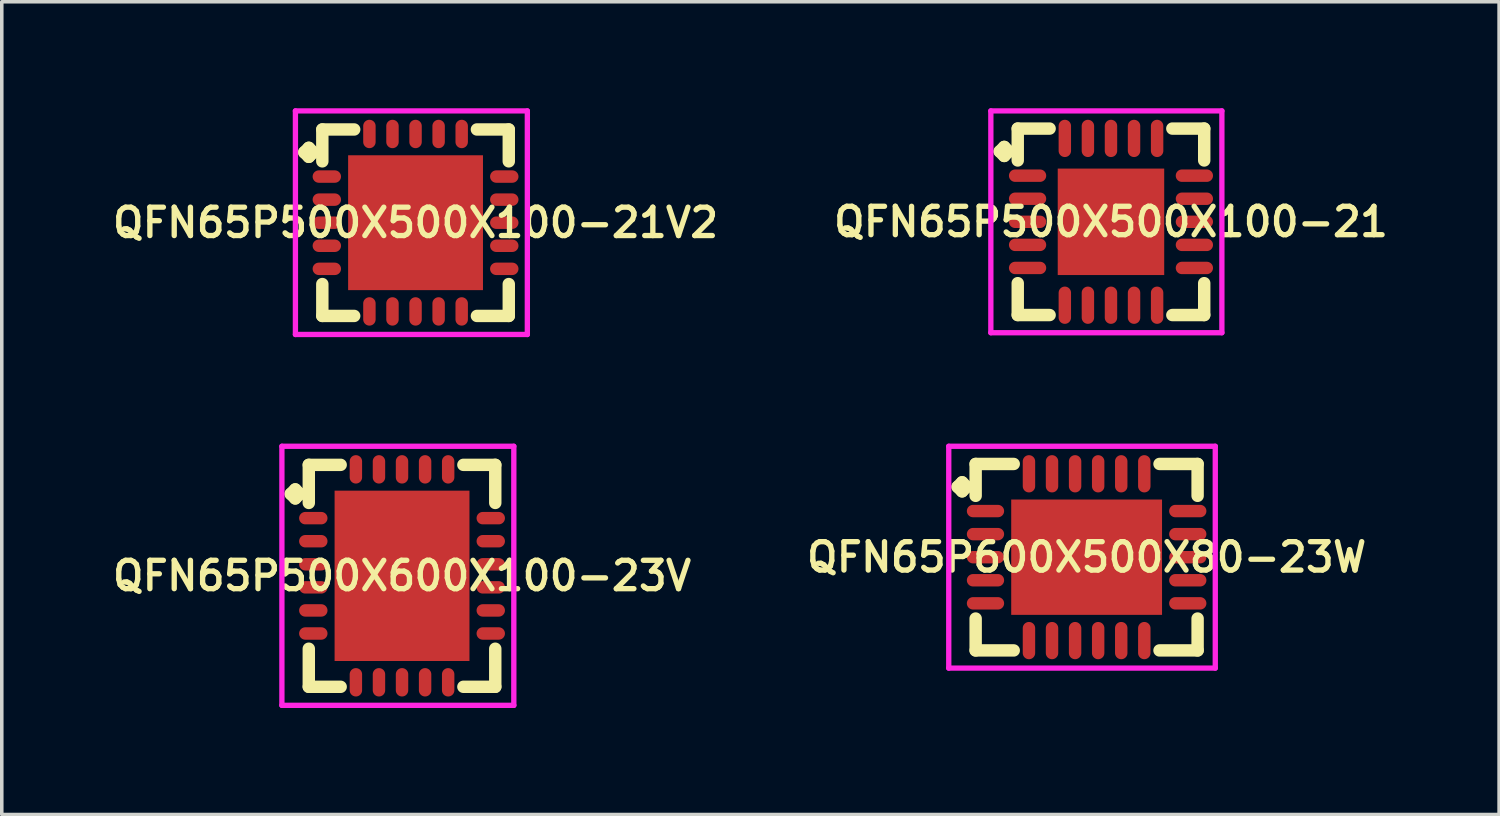
<source format=kicad_pcb>
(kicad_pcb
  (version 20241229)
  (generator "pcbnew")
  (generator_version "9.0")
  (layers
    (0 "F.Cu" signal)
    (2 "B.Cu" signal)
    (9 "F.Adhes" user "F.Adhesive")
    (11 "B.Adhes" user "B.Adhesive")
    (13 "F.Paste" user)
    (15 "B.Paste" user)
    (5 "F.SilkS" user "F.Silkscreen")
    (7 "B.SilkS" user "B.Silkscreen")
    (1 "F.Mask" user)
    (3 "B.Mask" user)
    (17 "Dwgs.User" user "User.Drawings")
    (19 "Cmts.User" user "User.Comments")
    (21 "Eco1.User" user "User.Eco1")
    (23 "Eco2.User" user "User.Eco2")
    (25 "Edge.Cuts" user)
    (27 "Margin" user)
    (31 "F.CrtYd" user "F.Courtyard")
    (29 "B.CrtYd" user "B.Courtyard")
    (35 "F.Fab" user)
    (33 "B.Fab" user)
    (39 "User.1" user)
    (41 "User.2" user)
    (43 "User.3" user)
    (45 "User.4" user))
  (footprint "QFN65P500X500X100-21"
    (layer "F.Cu")
    (at 28.254 3.2)
    (property "Reference" "QFN65P500X500X100-21" (at 0 0 0) (layer "F.SilkS") (effects (font (size 0.8 0.8) (thickness 0.15))))
    (attr smd)
    (fp_line (start -3.135 -1.983) (end -3.008 -2.11) (stroke (width 0.35) (type solid)) (layer "F.SilkS"))
    (fp_line (start -3.008 -2.11) (end -2.881 -1.983) (stroke (width 0.35) (type solid)) (layer "F.SilkS"))
    (fp_line (start -3.008 -1.856) (end -3.135 -1.983) (stroke (width 0.35) (type solid)) (layer "F.SilkS"))
    (fp_line (start -2.881 -1.983) (end -3.008 -1.856) (stroke (width 0.35) (type solid)) (layer "F.SilkS"))
    (fp_line (start -2.627 -2.627) (end -1.729 -2.627) (stroke (width 0.35) (type solid)) (layer "F.SilkS"))
    (fp_line (start -2.627 -1.729) (end -2.627 -2.627) (stroke (width 0.35) (type solid)) (layer "F.SilkS"))
    (fp_line (start -2.627 1.729) (end -2.627 2.627) (stroke (width 0.35) (type solid)) (layer "F.SilkS"))
    (fp_line (start -2.627 2.627) (end -1.729 2.627) (stroke (width 0.35) (type solid)) (layer "F.SilkS"))
    (fp_line (start 1.729 -2.627) (end 2.627 -2.627) (stroke (width 0.35) (type solid)) (layer "F.SilkS"))
    (fp_line (start 1.729 2.627) (end 2.627 2.627) (stroke (width 0.35) (type solid)) (layer "F.SilkS"))
    (fp_line (start 2.627 -2.627) (end 2.627 -1.729) (stroke (width 0.35) (type solid)) (layer "F.SilkS"))
    (fp_line (start 2.627 2.627) (end 2.627 1.729) (stroke (width 0.35) (type solid)) (layer "F.SilkS"))
    (fp_line (start -3.385 -3.125) (end 3.125 -3.125) (stroke (width 0.15) (type solid)) (layer "F.CrtYd"))
    (fp_line (start -3.385 3.125) (end -3.385 -3.125) (stroke (width 0.15) (type solid)) (layer "F.CrtYd"))
    (fp_line (start 3.125 -3.125) (end 3.125 3.125) (stroke (width 0.15) (type solid)) (layer "F.CrtYd"))
    (fp_line (start 3.125 3.125) (end -3.385 3.125) (stroke (width 0.15) (type solid)) (layer "F.CrtYd"))
    (pad "1" smd oval (at -2.35 -1.3) (size 1.05 0.35) (layers "F.Cu" "F.Mask" "F.Paste"))
    (pad "2" smd oval (at -2.35 -0.65) (size 1.05 0.35) (layers "F.Cu" "F.Mask" "F.Paste"))
    (pad "3" smd oval (at -2.35 0) (size 1.05 0.35) (layers "F.Cu" "F.Mask" "F.Paste"))
    (pad "4" smd oval (at -2.35 0.65) (size 1.05 0.35) (layers "F.Cu" "F.Mask" "F.Paste"))
    (pad "5" smd oval (at -2.35 1.3) (size 1.05 0.35) (layers "F.Cu" "F.Mask" "F.Paste"))
    (pad "6" smd oval (at -1.3 2.35) (size 0.35 1.05) (layers "F.Cu" "F.Mask" "F.Paste"))
    (pad "7" smd oval (at -0.65 2.35) (size 0.35 1.05) (layers "F.Cu" "F.Mask" "F.Paste"))
    (pad "8" smd oval (at 0 2.35) (size 0.35 1.05) (layers "F.Cu" "F.Mask" "F.Paste"))
    (pad "9" smd oval (at 0.65 2.35) (size 0.35 1.05) (layers "F.Cu" "F.Mask" "F.Paste"))
    (pad "10" smd oval (at 1.3 2.35) (size 0.35 1.05) (layers "F.Cu" "F.Mask" "F.Paste"))
    (pad "11" smd oval (at 2.35 1.3) (size 1.05 0.35) (layers "F.Cu" "F.Mask" "F.Paste"))
    (pad "12" smd oval (at 2.35 0.65) (size 1.05 0.35) (layers "F.Cu" "F.Mask" "F.Paste"))
    (pad "13" smd oval (at 2.35 0) (size 1.05 0.35) (layers "F.Cu" "F.Mask" "F.Paste"))
    (pad "14" smd oval (at 2.35 -0.65) (size 1.05 0.35) (layers "F.Cu" "F.Mask" "F.Paste"))
    (pad "15" smd oval (at 2.35 -1.3) (size 1.05 0.35) (layers "F.Cu" "F.Mask" "F.Paste"))
    (pad "16" smd oval (at 1.3 -2.35) (size 0.35 1.05) (layers "F.Cu" "F.Mask" "F.Paste"))
    (pad "17" smd oval (at 0.65 -2.35) (size 0.35 1.05) (layers "F.Cu" "F.Mask" "F.Paste"))
    (pad "18" smd oval (at 0 -2.35) (size 0.35 1.05) (layers "F.Cu" "F.Mask" "F.Paste"))
    (pad "19" smd oval (at -0.65 -2.35) (size 0.35 1.05) (layers "F.Cu" "F.Mask" "F.Paste"))
    (pad "20" smd oval (at -1.3 -2.35) (size 0.35 1.05) (layers "F.Cu" "F.Mask" "F.Paste"))
    (pad "21" smd rect (at 0 0) (size 3 3) (layers "F.Cu" "F.Mask" "F.Paste")))
  (footprint "QFN65P600X500X80-23W"
    (layer "F.Cu")
    (at 27.568 12.65)
    (property "Reference" "QFN65P600X500X80-23W" (at 0 0 0) (layer "F.SilkS") (effects (font (size 0.8 0.8) (thickness 0.15))))
    (attr smd)
    (fp_line (start -3.635 -1.983) (end -3.508 -2.11) (stroke (width 0.35) (type solid)) (layer "F.SilkS"))
    (fp_line (start -3.508 -2.11) (end -3.381 -1.983) (stroke (width 0.35) (type solid)) (layer "F.SilkS"))
    (fp_line (start -3.508 -1.856) (end -3.635 -1.983) (stroke (width 0.35) (type solid)) (layer "F.SilkS"))
    (fp_line (start -3.381 -1.983) (end -3.508 -1.856) (stroke (width 0.35) (type solid)) (layer "F.SilkS"))
    (fp_line (start -3.127 -2.627) (end -2.054 -2.627) (stroke (width 0.35) (type solid)) (layer "F.SilkS"))
    (fp_line (start -3.127 -1.729) (end -3.127 -2.627) (stroke (width 0.35) (type solid)) (layer "F.SilkS"))
    (fp_line (start -3.127 1.729) (end -3.127 2.627) (stroke (width 0.35) (type solid)) (layer "F.SilkS"))
    (fp_line (start -3.127 2.627) (end -2.054 2.627) (stroke (width 0.35) (type solid)) (layer "F.SilkS"))
    (fp_line (start 2.054 -2.627) (end 3.127 -2.627) (stroke (width 0.35) (type solid)) (layer "F.SilkS"))
    (fp_line (start 2.054 2.627) (end 3.127 2.627) (stroke (width 0.35) (type solid)) (layer "F.SilkS"))
    (fp_line (start 3.127 -2.627) (end 3.127 -1.729) (stroke (width 0.35) (type solid)) (layer "F.SilkS"))
    (fp_line (start 3.127 2.627) (end 3.127 1.729) (stroke (width 0.35) (type solid)) (layer "F.SilkS"))
    (fp_line (start -3.885 -3.125) (end 3.625 -3.125) (stroke (width 0.15) (type solid)) (layer "F.CrtYd"))
    (fp_line (start -3.885 3.125) (end -3.885 -3.125) (stroke (width 0.15) (type solid)) (layer "F.CrtYd"))
    (fp_line (start 3.625 -3.125) (end 3.625 3.125) (stroke (width 0.15) (type solid)) (layer "F.CrtYd"))
    (fp_line (start 3.625 3.125) (end -3.885 3.125) (stroke (width 0.15) (type solid)) (layer "F.CrtYd"))
    (pad "1" smd oval (at -2.85 -1.3) (size 1.05 0.35) (layers "F.Cu" "F.Mask" "F.Paste"))
    (pad "2" smd oval (at -2.85 -0.65) (size 1.05 0.35) (layers "F.Cu" "F.Mask" "F.Paste"))
    (pad "3" smd oval (at -2.85 0) (size 1.05 0.35) (layers "F.Cu" "F.Mask" "F.Paste"))
    (pad "4" smd oval (at -2.85 0.65) (size 1.05 0.35) (layers "F.Cu" "F.Mask" "F.Paste"))
    (pad "5" smd oval (at -2.85 1.3) (size 1.05 0.35) (layers "F.Cu" "F.Mask" "F.Paste"))
    (pad "6" smd oval (at -1.625 2.35) (size 0.35 1.05) (layers "F.Cu" "F.Mask" "F.Paste"))
    (pad "7" smd oval (at -0.975 2.35) (size 0.35 1.05) (layers "F.Cu" "F.Mask" "F.Paste"))
    (pad "8" smd oval (at -0.325 2.35) (size 0.35 1.05) (layers "F.Cu" "F.Mask" "F.Paste"))
    (pad "9" smd oval (at 0.325 2.35) (size 0.35 1.05) (layers "F.Cu" "F.Mask" "F.Paste"))
    (pad "10" smd oval (at 0.975 2.35) (size 0.35 1.05) (layers "F.Cu" "F.Mask" "F.Paste"))
    (pad "11" smd oval (at 1.625 2.35) (size 0.35 1.05) (layers "F.Cu" "F.Mask" "F.Paste"))
    (pad "12" smd oval (at 2.85 1.3) (size 1.05 0.35) (layers "F.Cu" "F.Mask" "F.Paste"))
    (pad "13" smd oval (at 2.85 0.65) (size 1.05 0.35) (layers "F.Cu" "F.Mask" "F.Paste"))
    (pad "14" smd oval (at 2.85 0) (size 1.05 0.35) (layers "F.Cu" "F.Mask" "F.Paste"))
    (pad "15" smd oval (at 2.85 -0.65) (size 1.05 0.35) (layers "F.Cu" "F.Mask" "F.Paste"))
    (pad "16" smd oval (at 2.85 -1.3) (size 1.05 0.35) (layers "F.Cu" "F.Mask" "F.Paste"))
    (pad "17" smd oval (at 1.625 -2.35) (size 0.35 1.05) (layers "F.Cu" "F.Mask" "F.Paste"))
    (pad "18" smd oval (at 0.975 -2.35) (size 0.35 1.05) (layers "F.Cu" "F.Mask" "F.Paste"))
    (pad "19" smd oval (at 0.325 -2.35) (size 0.35 1.05) (layers "F.Cu" "F.Mask" "F.Paste"))
    (pad "20" smd oval (at -0.325 -2.35) (size 0.35 1.05) (layers "F.Cu" "F.Mask" "F.Paste"))
    (pad "21" smd oval (at -0.975 -2.35) (size 0.35 1.05) (layers "F.Cu" "F.Mask" "F.Paste"))
    (pad "22" smd oval (at -1.625 -2.35) (size 0.35 1.05) (layers "F.Cu" "F.Mask" "F.Paste"))
    (pad "23" smd rect (at 0 0) (size 4.25 3.25) (layers "F.Cu" "F.Mask" "F.Paste")))
  (footprint "QFN65P500X600X100-23V"
    (layer "F.Cu")
    (at 8.278 13.175)
    (property "Reference" "QFN65P500X600X100-23V" (at 0 0 0) (layer "F.SilkS") (effects (font (size 0.8 0.8) (thickness 0.15))))
    (attr smd)
    (fp_line (start -3.135 -2.308) (end -3.008 -2.435) (stroke (width 0.35) (type solid)) (layer "F.SilkS"))
    (fp_line (start -3.008 -2.435) (end -2.881 -2.308) (stroke (width 0.35) (type solid)) (layer "F.SilkS"))
    (fp_line (start -3.008 -2.181) (end -3.135 -2.308) (stroke (width 0.35) (type solid)) (layer "F.SilkS"))
    (fp_line (start -2.881 -2.308) (end -3.008 -2.181) (stroke (width 0.35) (type solid)) (layer "F.SilkS"))
    (fp_line (start -2.627 -3.127) (end -1.729 -3.127) (stroke (width 0.35) (type solid)) (layer "F.SilkS"))
    (fp_line (start -2.627 -2.054) (end -2.627 -3.127) (stroke (width 0.35) (type solid)) (layer "F.SilkS"))
    (fp_line (start -2.627 2.054) (end -2.627 3.127) (stroke (width 0.35) (type solid)) (layer "F.SilkS"))
    (fp_line (start -2.627 3.127) (end -1.729 3.127) (stroke (width 0.35) (type solid)) (layer "F.SilkS"))
    (fp_line (start 1.729 -3.127) (end 2.627 -3.127) (stroke (width 0.35) (type solid)) (layer "F.SilkS"))
    (fp_line (start 1.729 3.127) (end 2.627 3.127) (stroke (width 0.35) (type solid)) (layer "F.SilkS"))
    (fp_line (start 2.627 -3.127) (end 2.627 -2.054) (stroke (width 0.35) (type solid)) (layer "F.SilkS"))
    (fp_line (start 2.627 3.127) (end 2.627 2.054) (stroke (width 0.35) (type solid)) (layer "F.SilkS"))
    (fp_line (start -3.385 -3.65) (end 3.15 -3.65) (stroke (width 0.15) (type solid)) (layer "F.CrtYd"))
    (fp_line (start -3.385 3.65) (end -3.385 -3.65) (stroke (width 0.15) (type solid)) (layer "F.CrtYd"))
    (fp_line (start 3.15 -3.65) (end 3.15 3.65) (stroke (width 0.15) (type solid)) (layer "F.CrtYd"))
    (fp_line (start 3.15 3.65) (end -3.385 3.65) (stroke (width 0.15) (type solid)) (layer "F.CrtYd"))
    (pad "1" smd oval (at -2.5 -1.625) (size 0.8 0.35) (layers "F.Cu" "F.Mask" "F.Paste"))
    (pad "2" smd oval (at -2.5 -0.975) (size 0.8 0.35) (layers "F.Cu" "F.Mask" "F.Paste"))
    (pad "3" smd oval (at -2.5 -0.325) (size 0.8 0.35) (layers "F.Cu" "F.Mask" "F.Paste"))
    (pad "4" smd oval (at -2.5 0.325) (size 0.8 0.35) (layers "F.Cu" "F.Mask" "F.Paste"))
    (pad "5" smd oval (at -2.5 0.975) (size 0.8 0.35) (layers "F.Cu" "F.Mask" "F.Paste"))
    (pad "6" smd oval (at -2.5 1.625) (size 0.8 0.35) (layers "F.Cu" "F.Mask" "F.Paste"))
    (pad "7" smd oval (at -1.3 3) (size 0.35 0.8) (layers "F.Cu" "F.Mask" "F.Paste"))
    (pad "8" smd oval (at -0.65 3) (size 0.35 0.8) (layers "F.Cu" "F.Mask" "F.Paste"))
    (pad "9" smd oval (at 0 3) (size 0.35 0.8) (layers "F.Cu" "F.Mask" "F.Paste"))
    (pad "10" smd oval (at 0.65 3) (size 0.35 0.8) (layers "F.Cu" "F.Mask" "F.Paste"))
    (pad "11" smd oval (at 1.3 3) (size 0.35 0.8) (layers "F.Cu" "F.Mask" "F.Paste"))
    (pad "12" smd oval (at 2.5 1.625) (size 0.8 0.35) (layers "F.Cu" "F.Mask" "F.Paste"))
    (pad "13" smd oval (at 2.5 0.975) (size 0.8 0.35) (layers "F.Cu" "F.Mask" "F.Paste"))
    (pad "14" smd oval (at 2.5 0.325) (size 0.8 0.35) (layers "F.Cu" "F.Mask" "F.Paste"))
    (pad "15" smd oval (at 2.5 -0.325) (size 0.8 0.35) (layers "F.Cu" "F.Mask" "F.Paste"))
    (pad "16" smd oval (at 2.5 -0.975) (size 0.8 0.35) (layers "F.Cu" "F.Mask" "F.Paste"))
    (pad "17" smd oval (at 2.5 -1.625) (size 0.8 0.35) (layers "F.Cu" "F.Mask" "F.Paste"))
    (pad "18" smd oval (at 1.3 -3) (size 0.35 0.8) (layers "F.Cu" "F.Mask" "F.Paste"))
    (pad "19" smd oval (at 0.65 -3) (size 0.35 0.8) (layers "F.Cu" "F.Mask" "F.Paste"))
    (pad "20" smd oval (at 0 -3) (size 0.35 0.8) (layers "F.Cu" "F.Mask" "F.Paste"))
    (pad "21" smd oval (at -0.65 -3) (size 0.35 0.8) (layers "F.Cu" "F.Mask" "F.Paste"))
    (pad "22" smd oval (at -1.3 -3) (size 0.35 0.8) (layers "F.Cu" "F.Mask" "F.Paste"))
    (pad "23" smd rect (at 0 0) (size 3.8 4.8) (layers "F.Cu" "F.Mask" "F.Paste")))
  (footprint "QFN65P500X500X100-21V2"
    (layer "F.Cu")
    (at 8.659 3.225)
    (property "Reference" "QFN65P500X500X100-21V2" (at 0 0 0) (layer "F.SilkS") (effects (font (size 0.8 0.8) (thickness 0.15))))
    (attr through_hole)
    (fp_line (start -3.135 -1.983) (end -3.008 -2.11) (stroke (width 0.35) (type solid)) (layer "F.SilkS"))
    (fp_line (start -3.008 -2.11) (end -2.881 -1.983) (stroke (width 0.35) (type solid)) (layer "F.SilkS"))
    (fp_line (start -3.008 -1.856) (end -3.135 -1.983) (stroke (width 0.35) (type solid)) (layer "F.SilkS"))
    (fp_line (start -2.881 -1.983) (end -3.008 -1.856) (stroke (width 0.35) (type solid)) (layer "F.SilkS"))
    (fp_line (start -2.627 -2.627) (end -1.729 -2.627) (stroke (width 0.35) (type solid)) (layer "F.SilkS"))
    (fp_line (start -2.627 -1.729) (end -2.627 -2.627) (stroke (width 0.35) (type solid)) (layer "F.SilkS"))
    (fp_line (start -2.627 1.729) (end -2.627 2.627) (stroke (width 0.35) (type solid)) (layer "F.SilkS"))
    (fp_line (start -2.627 2.627) (end -1.729 2.627) (stroke (width 0.35) (type solid)) (layer "F.SilkS"))
    (fp_line (start 1.729 -2.627) (end 2.627 -2.627) (stroke (width 0.35) (type solid)) (layer "F.SilkS"))
    (fp_line (start 1.729 2.627) (end 2.627 2.627) (stroke (width 0.35) (type solid)) (layer "F.SilkS"))
    (fp_line (start 2.627 -2.627) (end 2.627 -1.729) (stroke (width 0.35) (type solid)) (layer "F.SilkS"))
    (fp_line (start 2.627 2.627) (end 2.627 1.729) (stroke (width 0.35) (type solid)) (layer "F.SilkS"))
    (fp_line (start -3.385 -3.15) (end 3.15 -3.15) (stroke (width 0.15) (type solid)) (layer "F.CrtYd"))
    (fp_line (start -3.385 3.15) (end -3.385 -3.15) (stroke (width 0.15) (type solid)) (layer "F.CrtYd"))
    (fp_line (start 3.15 -3.15) (end 3.15 3.15) (stroke (width 0.15) (type solid)) (layer "F.CrtYd"))
    (fp_line (start 3.15 3.15) (end -3.385 3.15) (stroke (width 0.15) (type solid)) (layer "F.CrtYd"))
    (pad "1" smd oval (at -2.5 -1.3) (size 0.8 0.35) (layers "F.Cu" "F.Mask" "F.Paste"))
    (pad "2" smd oval (at -2.5 -0.65) (size 0.8 0.35) (layers "F.Cu" "F.Mask" "F.Paste"))
    (pad "3" smd oval (at -2.5 0) (size 0.8 0.35) (layers "F.Cu" "F.Mask" "F.Paste"))
    (pad "4" smd oval (at -2.5 0.65) (size 0.8 0.35) (layers "F.Cu" "F.Mask" "F.Paste"))
    (pad "5" smd oval (at -2.5 1.3) (size 0.8 0.35) (layers "F.Cu" "F.Mask" "F.Paste"))
    (pad "6" smd oval (at -1.3 2.5) (size 0.35 0.8) (layers "F.Cu" "F.Mask" "F.Paste"))
    (pad "7" smd oval (at -0.65 2.5) (size 0.35 0.8) (layers "F.Cu" "F.Mask" "F.Paste"))
    (pad "8" smd oval (at 0 2.5) (size 0.35 0.8) (layers "F.Cu" "F.Mask" "F.Paste"))
    (pad "9" smd oval (at 0.65 2.5) (size 0.35 0.8) (layers "F.Cu" "F.Mask" "F.Paste"))
    (pad "10" smd oval (at 1.3 2.5) (size 0.35 0.8) (layers "F.Cu" "F.Mask" "F.Paste"))
    (pad "11" smd oval (at 2.5 1.3) (size 0.8 0.35) (layers "F.Cu" "F.Mask" "F.Paste"))
    (pad "12" smd oval (at 2.5 0.65) (size 0.8 0.35) (layers "F.Cu" "F.Mask" "F.Paste"))
    (pad "13" smd oval (at 2.5 0) (size 0.8 0.35) (layers "F.Cu" "F.Mask" "F.Paste"))
    (pad "14" smd oval (at 2.5 -0.65) (size 0.8 0.35) (layers "F.Cu" "F.Mask" "F.Paste"))
    (pad "15" smd oval (at 2.5 -1.3) (size 0.8 0.35) (layers "F.Cu" "F.Mask" "F.Paste"))
    (pad "16" smd oval (at 1.3 -2.5) (size 0.35 0.8) (layers "F.Cu" "F.Mask" "F.Paste"))
    (pad "17" smd oval (at 0.65 -2.5) (size 0.35 0.8) (layers "F.Cu" "F.Mask" "F.Paste"))
    (pad "18" smd oval (at 0 -2.5) (size 0.35 0.8) (layers "F.Cu" "F.Mask" "F.Paste"))
    (pad "19" smd oval (at -0.65 -2.5) (size 0.35 0.8) (layers "F.Cu" "F.Mask" "F.Paste"))
    (pad "20" smd oval (at -1.3 -2.5) (size 0.35 0.8) (layers "F.Cu" "F.Mask" "F.Paste"))
    (pad "21" smd rect (at 0 0) (size 3.8 3.8) (layers "F.Cu" "F.Mask" "F.Paste")))
  (gr_rect
    (start -3 -3)
    (end 39.19 19.9)
    (stroke (width 0.1) (type default))
    (fill no)
    (layer "Edge.Cuts")))
</source>
